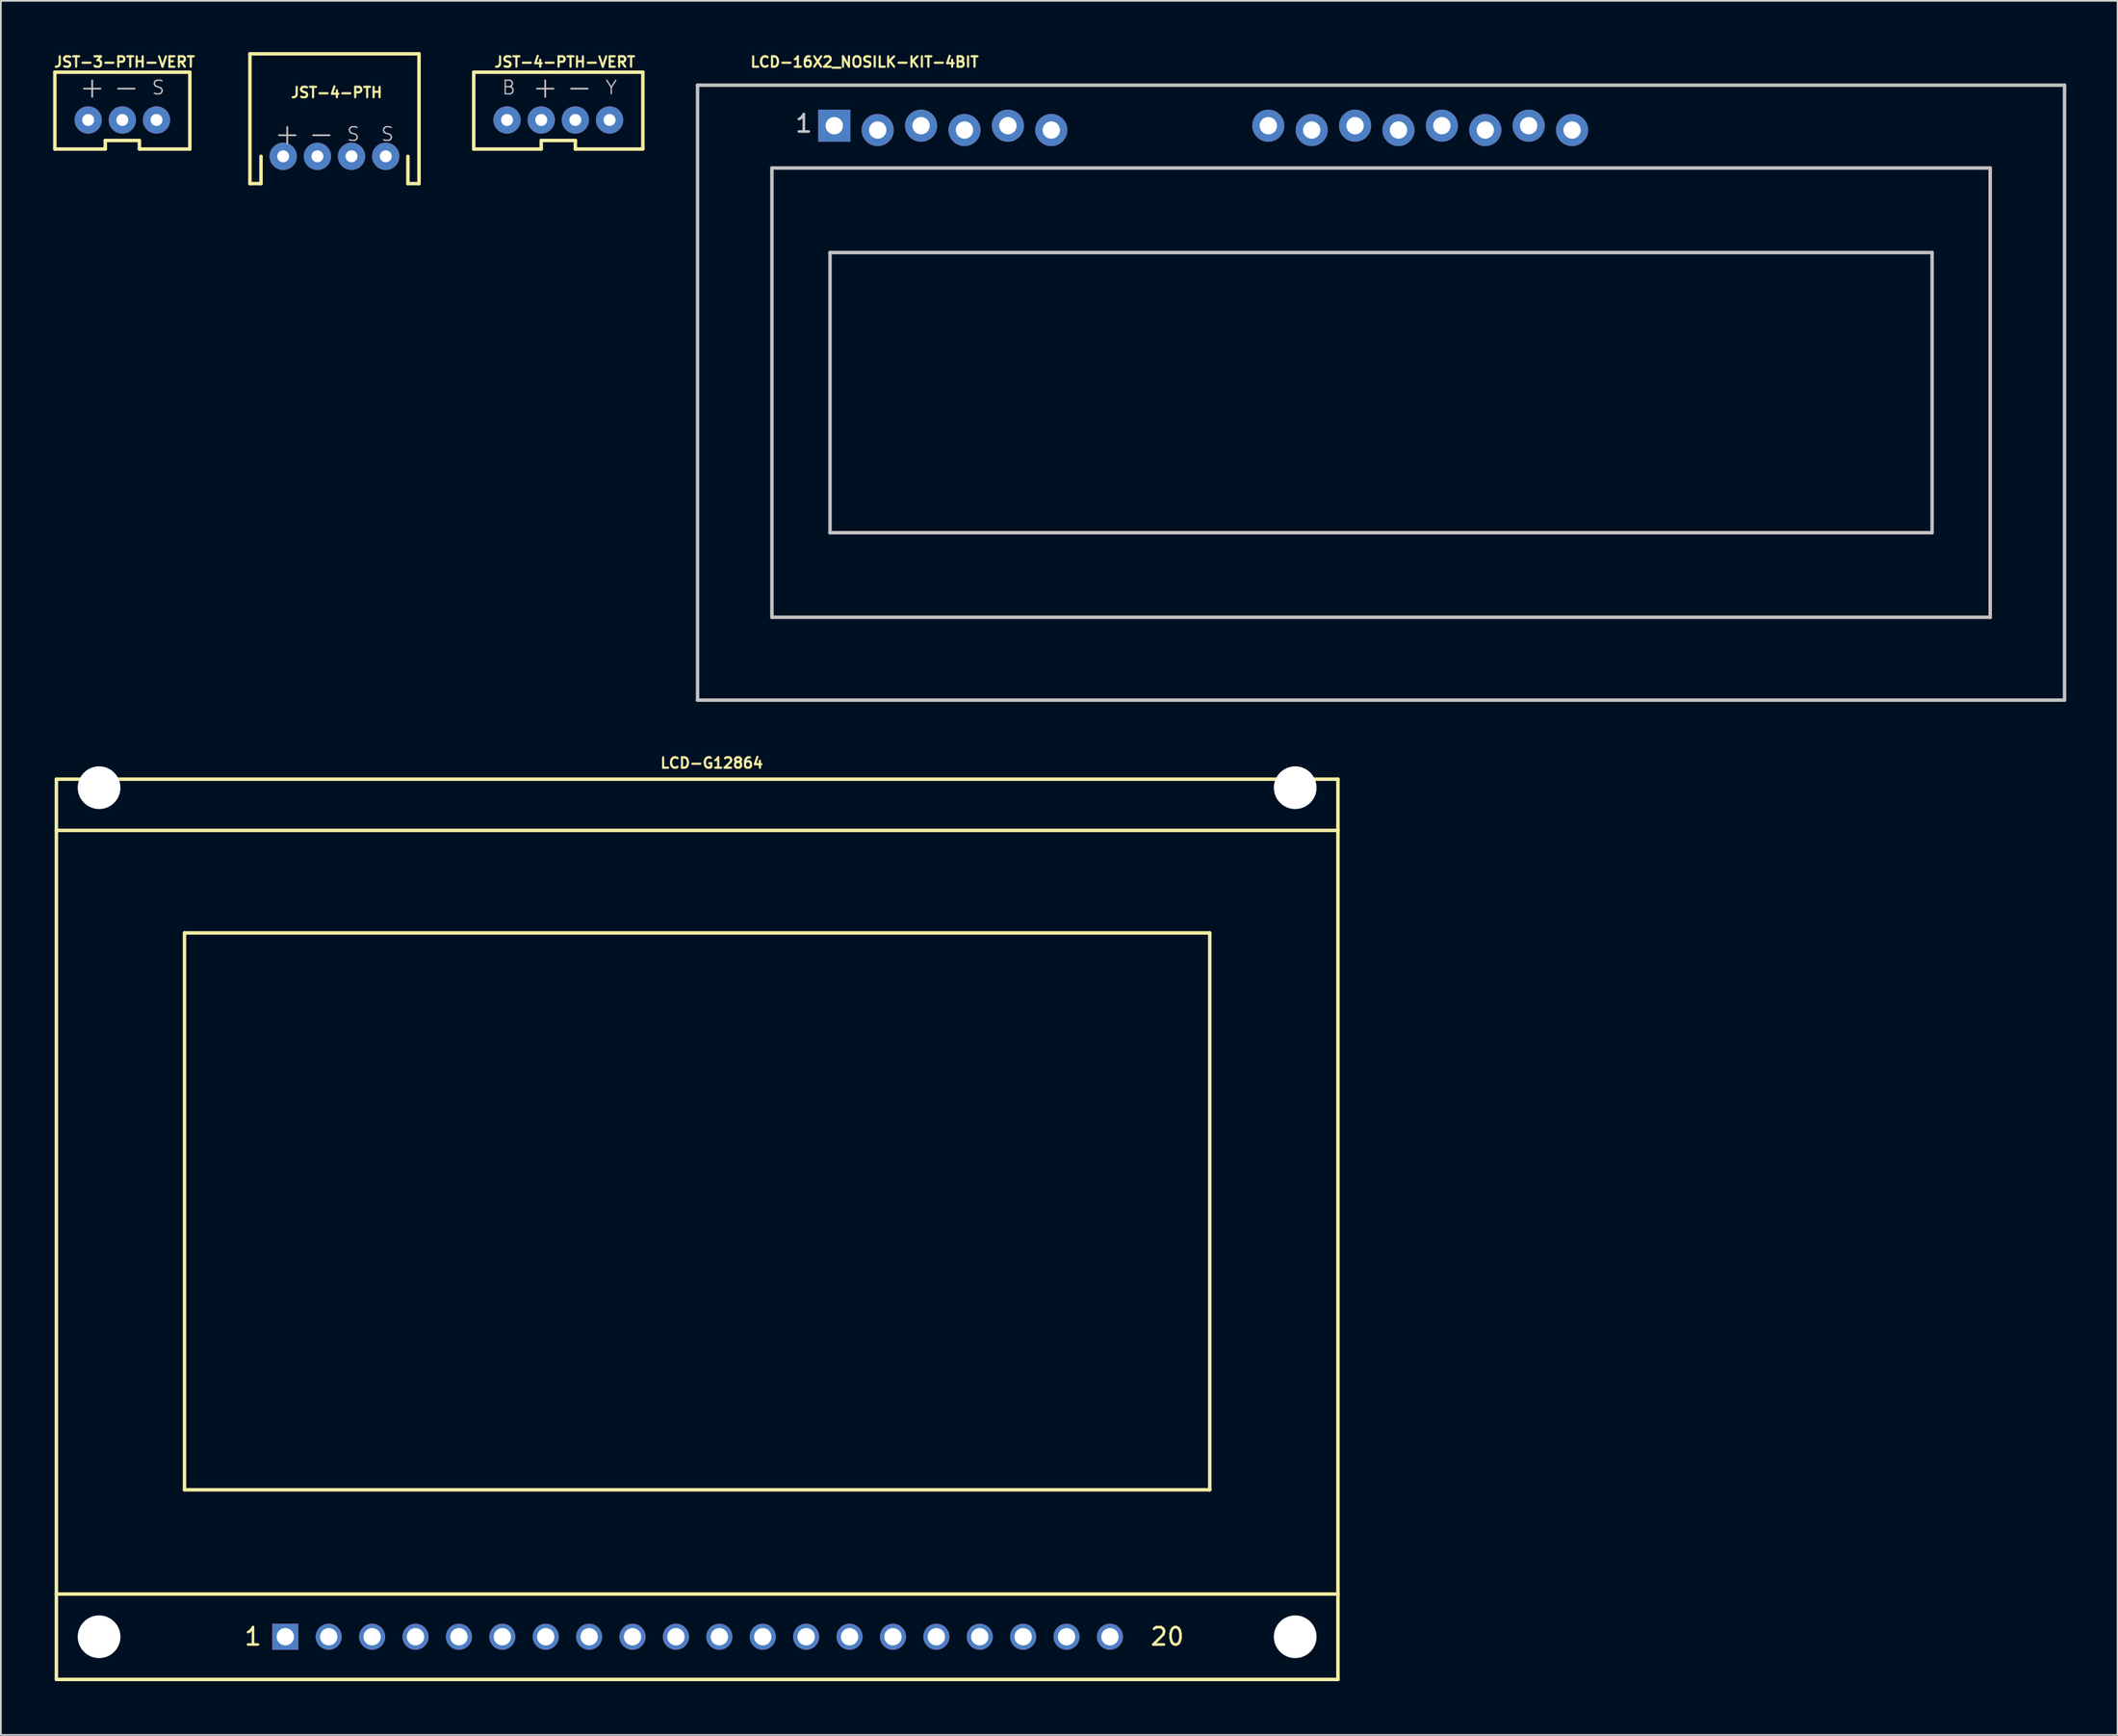
<source format=kicad_pcb>
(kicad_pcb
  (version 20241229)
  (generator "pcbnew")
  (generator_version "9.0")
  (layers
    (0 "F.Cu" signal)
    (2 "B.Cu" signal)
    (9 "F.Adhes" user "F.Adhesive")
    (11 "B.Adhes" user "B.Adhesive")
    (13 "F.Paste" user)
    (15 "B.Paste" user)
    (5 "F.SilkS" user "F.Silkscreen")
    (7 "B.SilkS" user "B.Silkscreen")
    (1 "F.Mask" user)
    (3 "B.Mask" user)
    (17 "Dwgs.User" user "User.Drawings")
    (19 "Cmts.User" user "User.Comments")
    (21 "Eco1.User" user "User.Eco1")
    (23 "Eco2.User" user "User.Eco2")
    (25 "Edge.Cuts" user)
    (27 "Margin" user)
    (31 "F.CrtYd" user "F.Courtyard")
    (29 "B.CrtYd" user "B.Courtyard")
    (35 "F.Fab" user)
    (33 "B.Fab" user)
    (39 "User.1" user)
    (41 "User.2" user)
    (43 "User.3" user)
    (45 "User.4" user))
  (footprint "JST-4-PTH-VERT"
    (layer "F.Cu")
    (at 29.623 3.424)
    (property "Reference" "JST-4-PTH-VERT" (at 0.381 -2.845 0) (layer "F.SilkS") (effects (font (size 0.61 0.61) (thickness 0.127))))
    (attr exclude_from_pos_files exclude_from_bom)
    (fp_line (start -4.948 -2.248) (end 4.948 -2.248) (stroke (width 0.203) (type solid)) (layer "F.SilkS"))
    (fp_line (start -4.948 2.248) (end -4.948 -2.248) (stroke (width 0.203) (type solid)) (layer "F.SilkS"))
    (fp_line (start -0.998 1.748) (end -0.998 2.248) (stroke (width 0.203) (type solid)) (layer "F.SilkS"))
    (fp_line (start -0.998 1.748) (end 0.998 1.748) (stroke (width 0.203) (type solid)) (layer "F.SilkS"))
    (fp_line (start -0.998 2.248) (end -4.948 2.248) (stroke (width 0.203) (type solid)) (layer "F.SilkS"))
    (fp_line (start 0.998 1.748) (end 0.998 2.248) (stroke (width 0.203) (type solid)) (layer "F.SilkS"))
    (fp_line (start 4.948 -2.248) (end 4.948 2.248) (stroke (width 0.203) (type solid)) (layer "F.SilkS"))
    (fp_line (start 4.948 2.248) (end 0.998 2.248) (stroke (width 0.203) (type solid)) (layer "F.SilkS"))
    (fp_text user "Y" (at 3.099 -1.349 0) (layer "Dwgs.User") (effects (font (size 0.798 0.798) (thickness 0.076))))
    (fp_text user "+" (at -0.765 -1.384 0) (layer "Dwgs.User") (effects (font (size 1.27 1.27) (thickness 0.102))))
    (fp_text user "-" (at 1.234 -1.384 0) (layer "Dwgs.User") (effects (font (size 1.27 1.27) (thickness 0.102))))
    (fp_text user "B" (at -2.898 -1.349 0) (layer "Dwgs.User") (effects (font (size 0.798 0.798) (thickness 0.076))))
    (pad "1" thru_hole circle (at -3 0.549) (size 1.598 1.598) (drill 0.699) (layers "*.Cu" "*.Paste" "*.Mask"))
    (pad "2" thru_hole circle (at -0.998 0.549) (size 1.598 1.598) (drill 0.699) (layers "*.Cu" "*.Paste" "*.Mask"))
    (pad "3" thru_hole circle (at 0.998 0.549) (size 1.598 1.598) (drill 0.699) (layers "*.Cu" "*.Paste" "*.Mask"))
    (pad "4" thru_hole circle (at 3 0.549) (size 1.598 1.598) (drill 0.699) (layers "*.Cu" "*.Paste" "*.Mask")))
  (footprint "LCD-G12864"
    (layer "F.Cu")
    (at 0.25 95.259)
    (property "Reference" "LCD-G12864" (at 38.354 -53.645 0) (layer "F.SilkS") (effects (font (size 0.61 0.61) (thickness 0.127))))
    (attr exclude_from_pos_files exclude_from_bom)
    (fp_line (start 0 -52.7) (end 74.999 -52.7) (stroke (width 0.203) (type solid)) (layer "F.SilkS"))
    (fp_line (start 0 -49.698) (end 0 -52.7) (stroke (width 0.203) (type solid)) (layer "F.SilkS"))
    (fp_line (start 0 -49.698) (end 74.999 -49.698) (stroke (width 0.203) (type solid)) (layer "F.SilkS"))
    (fp_line (start 0 -4.999) (end 0 -49.698) (stroke (width 0.203) (type solid)) (layer "F.SilkS"))
    (fp_line (start 0 0) (end 0 -4.999) (stroke (width 0.203) (type solid)) (layer "F.SilkS"))
    (fp_line (start 7.498 -43.698) (end 67.498 -43.698) (stroke (width 0.203) (type solid)) (layer "F.SilkS"))
    (fp_line (start 7.498 -11.1) (end 7.498 -43.698) (stroke (width 0.203) (type solid)) (layer "F.SilkS"))
    (fp_line (start 67.498 -43.698) (end 67.498 -11.1) (stroke (width 0.203) (type solid)) (layer "F.SilkS"))
    (fp_line (start 67.498 -11.1) (end 7.498 -11.1) (stroke (width 0.203) (type solid)) (layer "F.SilkS"))
    (fp_line (start 74.999 -52.7) (end 74.999 -49.698) (stroke (width 0.203) (type solid)) (layer "F.SilkS"))
    (fp_line (start 74.999 -49.698) (end 74.999 -4.999) (stroke (width 0.203) (type solid)) (layer "F.SilkS"))
    (fp_line (start 74.999 -4.999) (end 0 -4.999) (stroke (width 0.203) (type solid)) (layer "F.SilkS"))
    (fp_line (start 74.999 -4.999) (end 74.999 0) (stroke (width 0.203) (type solid)) (layer "F.SilkS"))
    (fp_line (start 74.999 0) (end 0 0) (stroke (width 0.203) (type solid)) (layer "F.SilkS"))
    (fp_text user "20" (at 65.014 -2.507 0) (layer "F.SilkS") (effects (font (size 1.016 1.016) (thickness 0.152))))
    (fp_text user "1" (at 11.506 -2.507 0) (layer "F.SilkS") (effects (font (size 1.016 1.016) (thickness 0.152))))
    (pad "" np_thru_hole circle (at 2.499 -52.2) (size 2.499 2.499) (drill 2.499) (layers "*.Cu" "*.Mask"))
    (pad "" np_thru_hole circle (at 2.499 -2.499) (size 2.499 2.499) (drill 2.499) (layers "*.Cu" "*.Mask"))
    (pad "" np_thru_hole circle (at 72.499 -52.2) (size 2.499 2.499) (drill 2.499) (layers "*.Cu" "*.Mask"))
    (pad "" np_thru_hole circle (at 72.499 -2.499) (size 2.499 2.499) (drill 2.499) (layers "*.Cu" "*.Mask"))
    (pad "1" thru_hole rect (at 13.399 -2.499) (size 1.524 1.524) (drill 1.016) (layers "*.Cu" "*.Paste" "*.Mask"))
    (pad "2" thru_hole circle (at 15.938 -2.499) (size 1.524 1.524) (drill 1.016) (layers "*.Cu" "*.Paste" "*.Mask"))
    (pad "3" thru_hole circle (at 18.479 -2.499) (size 1.524 1.524) (drill 1.016) (layers "*.Cu" "*.Paste" "*.Mask"))
    (pad "4" thru_hole circle (at 21.018 -2.499) (size 1.524 1.524) (drill 1.016) (layers "*.Cu" "*.Paste" "*.Mask"))
    (pad "5" thru_hole circle (at 23.558 -2.499) (size 1.524 1.524) (drill 1.016) (layers "*.Cu" "*.Paste" "*.Mask"))
    (pad "6" thru_hole circle (at 26.099 -2.499) (size 1.524 1.524) (drill 1.016) (layers "*.Cu" "*.Paste" "*.Mask"))
    (pad "7" thru_hole circle (at 28.639 -2.499) (size 1.524 1.524) (drill 1.016) (layers "*.Cu" "*.Paste" "*.Mask"))
    (pad "8" thru_hole circle (at 31.178 -2.499) (size 1.524 1.524) (drill 1.016) (layers "*.Cu" "*.Paste" "*.Mask"))
    (pad "9" thru_hole circle (at 33.718 -2.499) (size 1.524 1.524) (drill 1.016) (layers "*.Cu" "*.Paste" "*.Mask"))
    (pad "10" thru_hole circle (at 36.258 -2.499) (size 1.524 1.524) (drill 1.016) (layers "*.Cu" "*.Paste" "*.Mask"))
    (pad "11" thru_hole circle (at 38.798 -2.499) (size 1.524 1.524) (drill 1.016) (layers "*.Cu" "*.Paste" "*.Mask"))
    (pad "12" thru_hole circle (at 41.339 -2.499) (size 1.524 1.524) (drill 1.016) (layers "*.Cu" "*.Paste" "*.Mask"))
    (pad "13" thru_hole circle (at 43.879 -2.499) (size 1.524 1.524) (drill 1.016) (layers "*.Cu" "*.Paste" "*.Mask"))
    (pad "14" thru_hole circle (at 46.419 -2.499) (size 1.524 1.524) (drill 1.016) (layers "*.Cu" "*.Paste" "*.Mask"))
    (pad "15" thru_hole circle (at 48.959 -2.499) (size 1.524 1.524) (drill 1.016) (layers "*.Cu" "*.Paste" "*.Mask"))
    (pad "16" thru_hole circle (at 51.498 -2.499) (size 1.524 1.524) (drill 1.016) (layers "*.Cu" "*.Paste" "*.Mask"))
    (pad "17" thru_hole circle (at 54.038 -2.499) (size 1.524 1.524) (drill 1.016) (layers "*.Cu" "*.Paste" "*.Mask"))
    (pad "18" thru_hole circle (at 56.578 -2.499) (size 1.524 1.524) (drill 1.016) (layers "*.Cu" "*.Paste" "*.Mask"))
    (pad "19" thru_hole circle (at 59.118 -2.499) (size 1.524 1.524) (drill 1.016) (layers "*.Cu" "*.Paste" "*.Mask"))
    (pad "20" thru_hole circle (at 61.658 -2.499) (size 1.524 1.524) (drill 1.016) (layers "*.Cu" "*.Paste" "*.Mask")))
  (footprint "JST-4-PTH"
    (layer "F.Cu")
    (at 16.524 6.101)
    (property "Reference" "JST-4-PTH" (at 0.127 -3.734 0) (layer "F.SilkS") (effects (font (size 0.61 0.61) (thickness 0.127))))
    (attr exclude_from_pos_files exclude_from_bom)
    (fp_line (start -4.948 -5.999) (end 4.948 -5.999) (stroke (width 0.203) (type solid)) (layer "F.SilkS"))
    (fp_line (start -4.948 1.598) (end -4.948 -5.999) (stroke (width 0.203) (type solid)) (layer "F.SilkS"))
    (fp_line (start -4.948 1.598) (end -4.298 1.598) (stroke (width 0.203) (type solid)) (layer "F.SilkS"))
    (fp_line (start -4.298 1.598) (end -4.298 0) (stroke (width 0.203) (type solid)) (layer "F.SilkS"))
    (fp_line (start 4.298 1.598) (end 4.298 0) (stroke (width 0.203) (type solid)) (layer "F.SilkS"))
    (fp_line (start 4.948 -5.999) (end 4.948 1.598) (stroke (width 0.203) (type solid)) (layer "F.SilkS"))
    (fp_line (start 4.948 1.598) (end 4.298 1.598) (stroke (width 0.203) (type solid)) (layer "F.SilkS"))
    (fp_text user "S" (at 3.099 -1.298 0) (layer "Dwgs.User") (effects (font (size 0.798 0.798) (thickness 0.076))))
    (fp_text user "+" (at -2.764 -1.333 0) (layer "Dwgs.User") (effects (font (size 1.27 1.27) (thickness 0.102))))
    (fp_text user "-" (at -0.765 -1.333 0) (layer "Dwgs.User") (effects (font (size 1.27 1.27) (thickness 0.102))))
    (fp_text user "S" (at 1.1 -1.298 0) (layer "Dwgs.User") (effects (font (size 0.798 0.798) (thickness 0.076))))
    (pad "1" thru_hole circle (at -3 0) (size 1.598 1.598) (drill 0.699) (layers "*.Cu" "*.Paste" "*.Mask"))
    (pad "2" thru_hole circle (at -0.998 0) (size 1.598 1.598) (drill 0.699) (layers "*.Cu" "*.Paste" "*.Mask"))
    (pad "3" thru_hole circle (at 0.998 0) (size 1.598 1.598) (drill 0.699) (layers "*.Cu" "*.Paste" "*.Mask"))
    (pad "4" thru_hole circle (at 3 0) (size 1.598 1.598) (drill 0.699) (layers "*.Cu" "*.Paste" "*.Mask")))
  (footprint "JST-3-PTH-VERT"
    (layer "F.Cu")
    (at 4.11 3.424)
    (property "Reference" "JST-3-PTH-VERT" (at 0.127 -2.845 0) (layer "F.SilkS") (effects (font (size 0.61 0.61) (thickness 0.127))))
    (attr exclude_from_pos_files exclude_from_bom)
    (fp_line (start -3.95 -2.248) (end 3.95 -2.248) (stroke (width 0.203) (type solid)) (layer "F.SilkS"))
    (fp_line (start -3.95 2.248) (end -3.95 -2.248) (stroke (width 0.203) (type solid)) (layer "F.SilkS"))
    (fp_line (start -0.998 1.748) (end -0.998 2.248) (stroke (width 0.203) (type solid)) (layer "F.SilkS"))
    (fp_line (start -0.998 1.748) (end 0.998 1.748) (stroke (width 0.203) (type solid)) (layer "F.SilkS"))
    (fp_line (start -0.998 2.248) (end -3.95 2.248) (stroke (width 0.203) (type solid)) (layer "F.SilkS"))
    (fp_line (start 0.998 1.748) (end 0.998 2.248) (stroke (width 0.203) (type solid)) (layer "F.SilkS"))
    (fp_line (start 3.95 -2.248) (end 3.95 2.248) (stroke (width 0.203) (type solid)) (layer "F.SilkS"))
    (fp_line (start 3.95 2.248) (end 0.998 2.248) (stroke (width 0.203) (type solid)) (layer "F.SilkS"))
    (fp_text user "-" (at 0.234 -1.384 0) (layer "Dwgs.User") (effects (font (size 1.27 1.27) (thickness 0.102))))
    (fp_text user "+" (at -1.763 -1.384 0) (layer "Dwgs.User") (effects (font (size 1.27 1.27) (thickness 0.102))))
    (fp_text user "S" (at 2.098 -1.349 0) (layer "Dwgs.User") (effects (font (size 0.798 0.798) (thickness 0.076))))
    (pad "1" thru_hole circle (at -1.999 0.549) (size 1.598 1.598) (drill 0.699) (layers "*.Cu" "*.Paste" "*.Mask"))
    (pad "2" thru_hole circle (at 0 0.549) (size 1.598 1.598) (drill 0.699) (layers "*.Cu" "*.Paste" "*.Mask"))
    (pad "3" thru_hole circle (at 1.999 0.549) (size 1.598 1.598) (drill 0.699) (layers "*.Cu" "*.Paste" "*.Mask")))
  (footprint "LCD-16X2_NOSILK-KIT-4BIT"
    (layer "F.Cu")
    (at 77.774 19.934)
    (property "Reference" "LCD-16X2_NOSILK-KIT-4BIT" (at -30.226 -19.355 0) (layer "F.SilkS") (effects (font (size 0.61 0.61) (thickness 0.127))))
    (attr exclude_from_pos_files exclude_from_bom)
    (fp_line (start -40 -17.998) (end 40 -17.998) (stroke (width 0.203) (type solid)) (layer "Dwgs.User"))
    (fp_line (start -40 17.998) (end -40 -17.998) (stroke (width 0.203) (type solid)) (layer "Dwgs.User"))
    (fp_line (start -35.649 -13.15) (end 35.649 -13.15) (stroke (width 0.203) (type solid)) (layer "Dwgs.User"))
    (fp_line (start -35.649 13.15) (end -35.649 -13.15) (stroke (width 0.203) (type solid)) (layer "Dwgs.User"))
    (fp_line (start -32.248 -8.199) (end 32.248 -8.199) (stroke (width 0.203) (type solid)) (layer "Dwgs.User"))
    (fp_line (start -32.248 8.199) (end -32.248 -8.199) (stroke (width 0.203) (type solid)) (layer "Dwgs.User"))
    (fp_line (start 32.248 -8.199) (end 32.248 8.199) (stroke (width 0.203) (type solid)) (layer "Dwgs.User"))
    (fp_line (start 32.248 8.199) (end -32.248 8.199) (stroke (width 0.203) (type solid)) (layer "Dwgs.User"))
    (fp_line (start 35.649 -13.15) (end 35.649 13.15) (stroke (width 0.203) (type solid)) (layer "Dwgs.User"))
    (fp_line (start 35.649 13.15) (end -35.649 13.15) (stroke (width 0.203) (type solid)) (layer "Dwgs.User"))
    (fp_line (start 40 -17.998) (end 40 17.998) (stroke (width 0.203) (type solid)) (layer "Dwgs.User"))
    (fp_line (start 40 17.998) (end -40 17.998) (stroke (width 0.203) (type solid)) (layer "Dwgs.User"))
    (fp_text user "1" (at -33.782 -15.748 0) (layer "Dwgs.User") (effects (font (size 1.016 1.016) (thickness 0.152))))
    (pad "1" thru_hole rect (at -31.999 -15.626) (size 1.88 1.88) (drill 1.016) (layers "*.Cu" "*.Paste" "*.Mask"))
    (pad "2" thru_hole circle (at -29.459 -15.372) (size 1.88 1.88) (drill 1.016) (layers "*.Cu" "*.Paste" "*.Mask"))
    (pad "3" thru_hole circle (at -26.919 -15.626) (size 1.88 1.88) (drill 1.016) (layers "*.Cu" "*.Paste" "*.Mask"))
    (pad "4" thru_hole circle (at -24.379 -15.372) (size 1.88 1.88) (drill 1.016) (layers "*.Cu" "*.Paste" "*.Mask"))
    (pad "5" thru_hole circle (at -21.839 -15.626) (size 1.88 1.88) (drill 1.016) (layers "*.Cu" "*.Paste" "*.Mask"))
    (pad "6" thru_hole circle (at -19.299 -15.372) (size 1.88 1.88) (drill 1.016) (layers "*.Cu" "*.Paste" "*.Mask"))
    (pad "11" thru_hole circle (at -6.599 -15.626) (size 1.88 1.88) (drill 1.016) (layers "*.Cu" "*.Paste" "*.Mask"))
    (pad "12" thru_hole circle (at -4.059 -15.372) (size 1.88 1.88) (drill 1.016) (layers "*.Cu" "*.Paste" "*.Mask"))
    (pad "13" thru_hole circle (at -1.519 -15.626) (size 1.88 1.88) (drill 1.016) (layers "*.Cu" "*.Paste" "*.Mask"))
    (pad "14" thru_hole circle (at 1.019 -15.372) (size 1.88 1.88) (drill 1.016) (layers "*.Cu" "*.Paste" "*.Mask"))
    (pad "15" thru_hole circle (at 3.559 -15.626) (size 1.88 1.88) (drill 1.016) (layers "*.Cu" "*.Paste" "*.Mask"))
    (pad "16" thru_hole circle (at 6.099 -15.372) (size 1.88 1.88) (drill 1.016) (layers "*.Cu" "*.Paste" "*.Mask"))
    (pad "17" thru_hole circle (at 8.639 -15.626) (size 1.88 1.88) (drill 1.016) (layers "*.Cu" "*.Paste" "*.Mask"))
    (pad "18" thru_hole circle (at 11.179 -15.372) (size 1.88 1.88) (drill 1.016) (layers "*.Cu" "*.Paste" "*.Mask")))
  (gr_rect
    (start -3 -3)
    (end 120.875 98.509)
    (stroke (width 0.1) (type default))
    (fill no)
    (layer "Edge.Cuts")))
</source>
